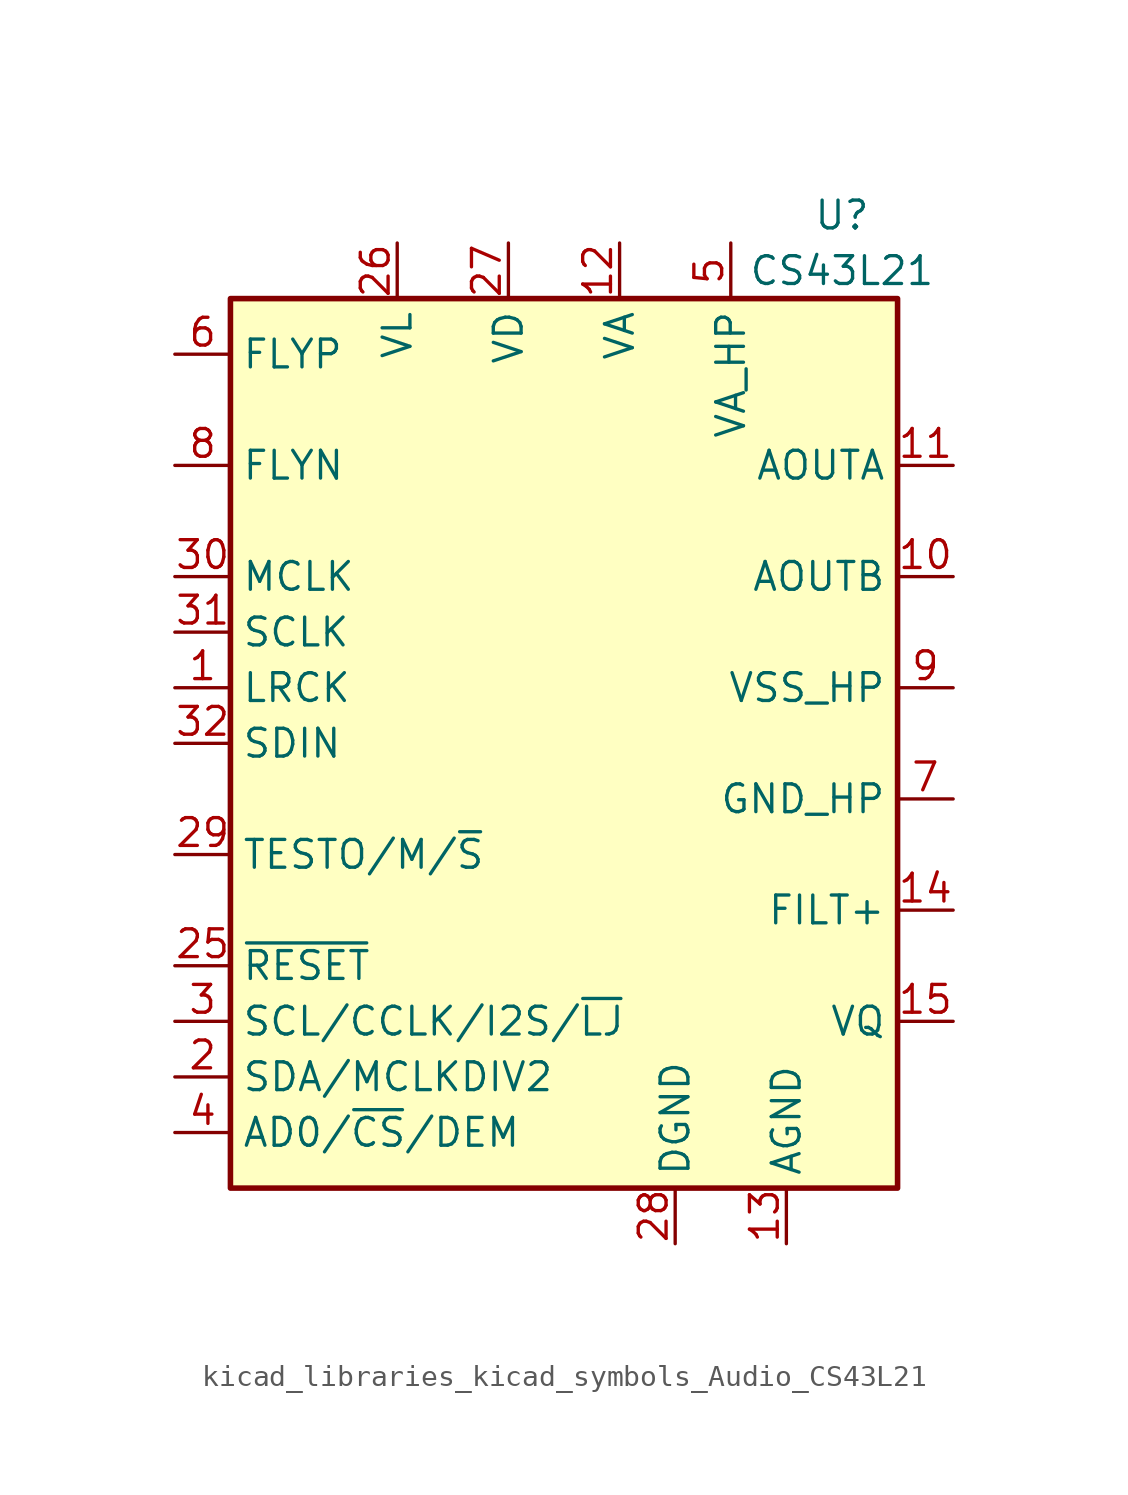
<source format=kicad_sym>
(kicad_symbol_lib
  (version 20220914)
  (generator kicad_symbol_editor)
  (symbol "kicad_libraries_kicad_symbols_Audio_CS43L21"
    (property "Reference" "U"
      (at 12.7 24.13 0)
      (effects (font (size 1.27 1.27))))
    (property "Value" "CS43L21"
      (at 12.7 21.59 0)
      (effects (font (size 1.27 1.27))))
    (symbol "kicad_libraries_kicad_symbols_Audio_CS43L21_0_1"
      (rectangle (start -15.24 20.32) (end 15.24 -20.32) (stroke (width 0.254) (type default)) (fill (type background))))
    (symbol "kicad_libraries_kicad_symbols_Audio_CS43L21_1_1"
      (pin bidirectional line (at -17.78 2.54 0) (length 2.54) (name "LRCK" (effects (font (size 1.27 1.27)))) (number "1" (effects (font (size 1.27 1.27)))))
      (pin output line (at 17.78 7.62 180) (length 2.54) (name "AOUTB" (effects (font (size 1.27 1.27)))) (number "10" (effects (font (size 1.27 1.27)))))
      (pin output line (at 17.78 12.7 180) (length 2.54) (name "AOUTA" (effects (font (size 1.27 1.27)))) (number "11" (effects (font (size 1.27 1.27)))))
      (pin input line (at 2.54 22.86 270) (length 2.54) (name "VA" (effects (font (size 1.27 1.27)))) (number "12" (effects (font (size 1.27 1.27)))))
      (pin power_in line (at 10.16 -22.86 90) (length 2.54) (name "AGND" (effects (font (size 1.27 1.27)))) (number "13" (effects (font (size 1.27 1.27)))))
      (pin output line (at 17.78 -7.62 180) (length 2.54) (name "FILT+" (effects (font (size 1.27 1.27)))) (number "14" (effects (font (size 1.27 1.27)))))
      (pin output line (at 17.78 -12.7 180) (length 2.54) (name "VQ" (effects (font (size 1.27 1.27)))) (number "15" (effects (font (size 1.27 1.27)))))
      (pin no_connect line (at -12.7 -20.32 90) (length 2.54) hide (name "NIC" (effects (font (size 1.27 1.27)))) (number "16" (effects (font (size 1.27 1.27)))))
      (pin no_connect line (at -10.16 -20.32 90) (length 2.54) hide (name "TSTO" (effects (font (size 1.27 1.27)))) (number "17" (effects (font (size 1.27 1.27)))))
      (pin no_connect line (at -7.62 -20.32 90) (length 2.54) hide (name "TSTO" (effects (font (size 1.27 1.27)))) (number "18" (effects (font (size 1.27 1.27)))))
      (pin no_connect line (at -5.08 -20.32 90) (length 2.54) hide (name "TSTO" (effects (font (size 1.27 1.27)))) (number "19" (effects (font (size 1.27 1.27)))))
      (pin bidirectional line (at -17.78 -15.24 0) (length 2.54) (name "SDA/MCLKDIV2" (effects (font (size 1.27 1.27)))) (number "2" (effects (font (size 1.27 1.27)))))
      (pin no_connect line (at -2.54 -20.32 90) (length 2.54) hide (name "TSTO" (effects (font (size 1.27 1.27)))) (number "20" (effects (font (size 1.27 1.27)))))
      (pin no_connect line (at 0 -20.32 90) (length 2.54) hide (name "TSTO" (effects (font (size 1.27 1.27)))) (number "21" (effects (font (size 1.27 1.27)))))
      (pin no_connect line (at 2.54 -20.32 90) (length 2.54) hide (name "TSTO" (effects (font (size 1.27 1.27)))) (number "22" (effects (font (size 1.27 1.27)))))
      (pin no_connect line (at 7.62 -20.32 90) (length 2.54) hide (name "TSTO" (effects (font (size 1.27 1.27)))) (number "23" (effects (font (size 1.27 1.27)))))
      (pin no_connect line (at 12.7 -20.32 90) (length 2.54) hide (name "TSTO" (effects (font (size 1.27 1.27)))) (number "24" (effects (font (size 1.27 1.27)))))
      (pin input line (at -17.78 -10.16 0) (length 2.54) (name "~{RESET}" (effects (font (size 1.27 1.27)))) (number "25" (effects (font (size 1.27 1.27)))))
      (pin input line (at -7.62 22.86 270) (length 2.54) (name "VL" (effects (font (size 1.27 1.27)))) (number "26" (effects (font (size 1.27 1.27)))))
      (pin power_in line (at -2.54 22.86 270) (length 2.54) (name "VD" (effects (font (size 1.27 1.27)))) (number "27" (effects (font (size 1.27 1.27)))))
      (pin power_in line (at 5.08 -22.86 90) (length 2.54) (name "DGND" (effects (font (size 1.27 1.27)))) (number "28" (effects (font (size 1.27 1.27)))))
      (pin input line (at -17.78 -5.08 0) (length 2.54) (name "TESTO/M/~{S}" (effects (font (size 1.27 1.27)))) (number "29" (effects (font (size 1.27 1.27)))))
      (pin input line (at -17.78 -12.7 0) (length 2.54) (name "SCL/CCLK/I2S/~{LJ}" (effects (font (size 1.27 1.27)))) (number "3" (effects (font (size 1.27 1.27)))))
      (pin input line (at -17.78 7.62 0) (length 2.54) (name "MCLK" (effects (font (size 1.27 1.27)))) (number "30" (effects (font (size 1.27 1.27)))))
      (pin input line (at -17.78 5.08 0) (length 2.54) (name "SCLK" (effects (font (size 1.27 1.27)))) (number "31" (effects (font (size 1.27 1.27)))))
      (pin input line (at -17.78 0 0) (length 2.54) (name "SDIN" (effects (font (size 1.27 1.27)))) (number "32" (effects (font (size 1.27 1.27)))))
      (pin passive line (at 10.16 -22.86 90) (length 2.54) hide (name "AGND" (effects (font (size 1.27 1.27)))) (number "33" (effects (font (size 1.27 1.27)))))
      (pin input line (at -17.78 -17.78 0) (length 2.54) (name "AD0/~{CS}/DEM" (effects (font (size 1.27 1.27)))) (number "4" (effects (font (size 1.27 1.27)))))
      (pin input line (at 7.62 22.86 270) (length 2.54) (name "VA_HP" (effects (font (size 1.27 1.27)))) (number "5" (effects (font (size 1.27 1.27)))))
      (pin input line (at -17.78 17.78 0) (length 2.54) (name "FLYP" (effects (font (size 1.27 1.27)))) (number "6" (effects (font (size 1.27 1.27)))))
      (pin input line (at 17.78 -2.54 180) (length 2.54) (name "GND_HP" (effects (font (size 1.27 1.27)))) (number "7" (effects (font (size 1.27 1.27)))))
      (pin input line (at -17.78 12.7 0) (length 2.54) (name "FLYN" (effects (font (size 1.27 1.27)))) (number "8" (effects (font (size 1.27 1.27)))))
      (pin output line (at 17.78 2.54 180) (length 2.54) (name "VSS_HP" (effects (font (size 1.27 1.27)))) (number "9" (effects (font (size 1.27 1.27))))))))
</source>
